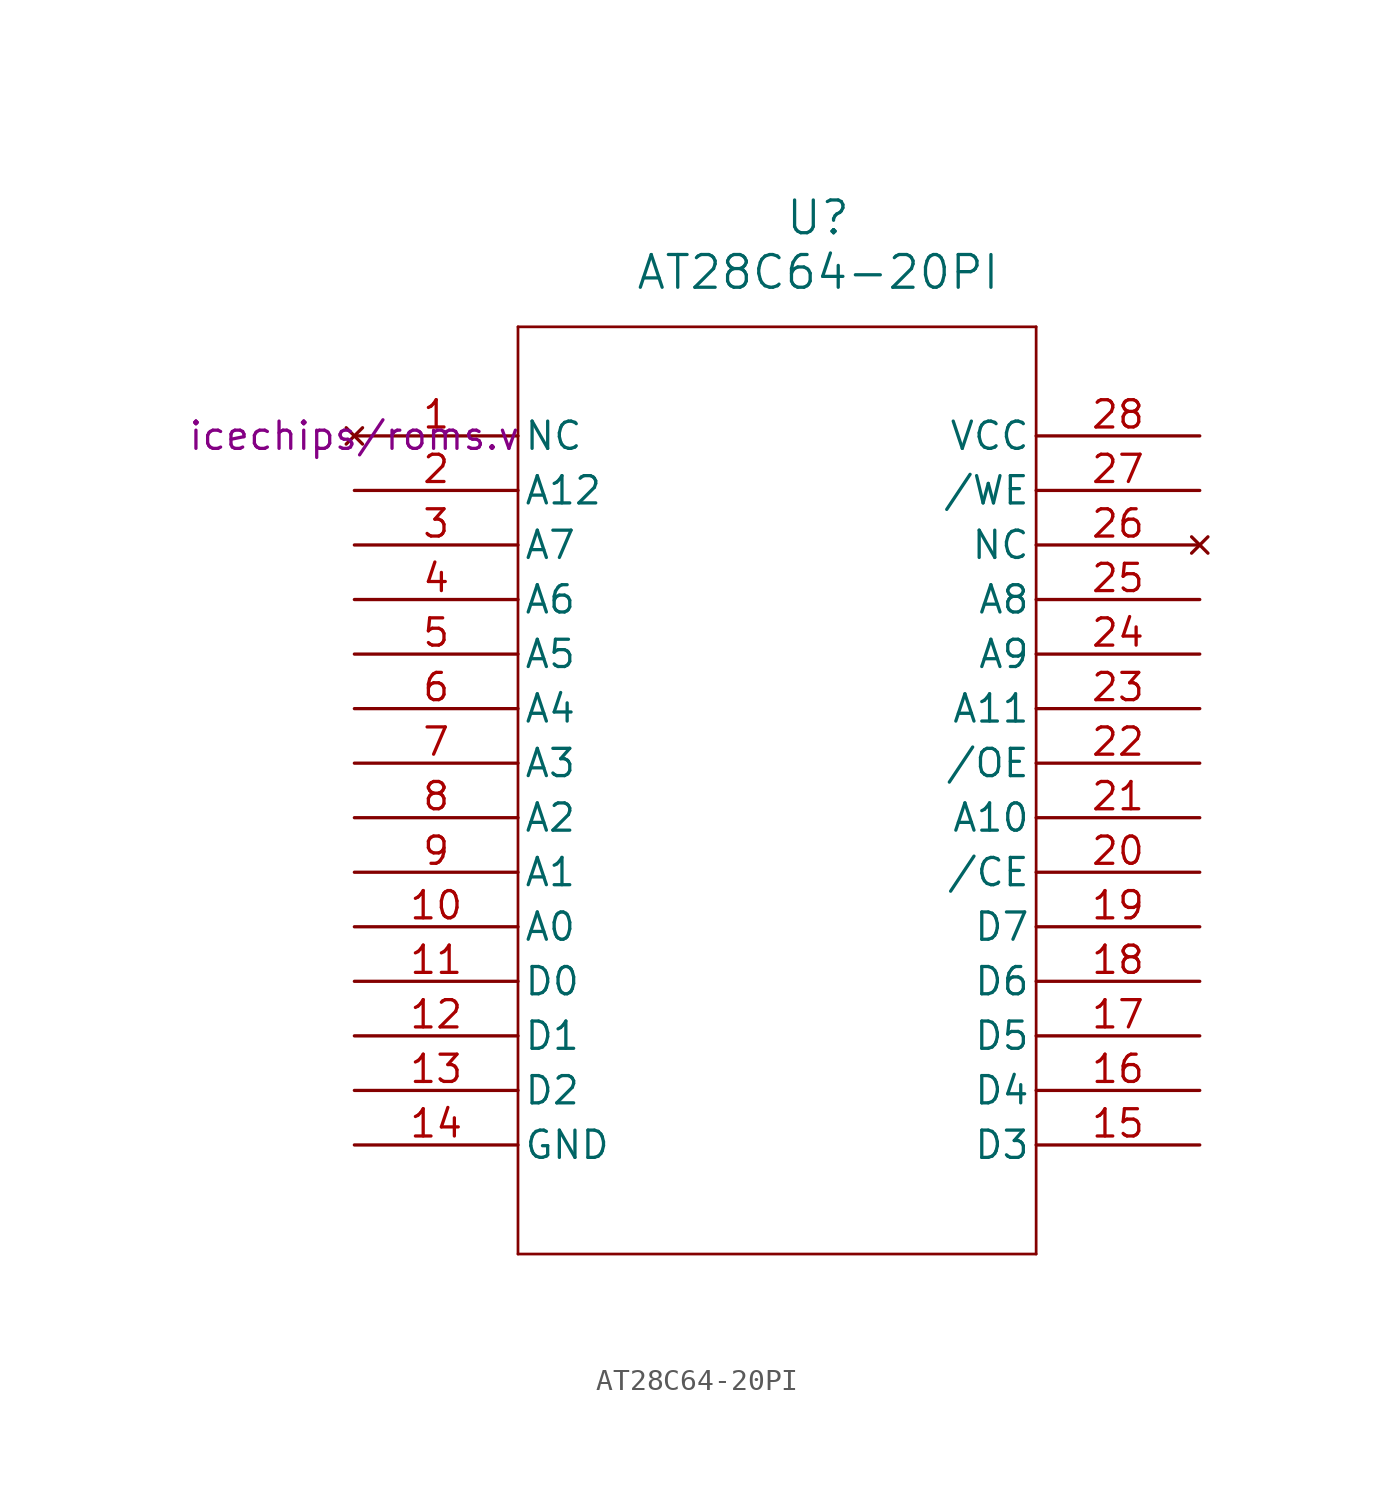
<source format=kicad_sym>
(kicad_symbol_lib
  (version 20211014)
  (generator kicad_symbol_editor)
  (symbol "AT28C64-20PI"
    (pin_names
      (offset 0.254))
    (property "Reference" "U"
      (at 21.59 10.16 0)
      (effects (font (size 1.524 1.524))))
    (property "Value" "AT28C64-20PI"
      (at 21.59 7.62 0)
      (effects (font (size 1.524 1.524))))
    (property "VerilogInclude" "icechips/roms.v"
      (at 0 0 0)
      (effects (font (size 1.27 1.27))))
    (symbol "AT28C64-20PI_0_1"
      (polyline (pts (xy 7.62 -38.1) (xy 31.75 -38.1)) (stroke (width 0.127) (type default) (color 0 0 0 0)) (fill (type none)))
      (polyline (pts (xy 7.62 5.08) (xy 7.62 -38.1)) (stroke (width 0.127) (type default) (color 0 0 0 0)) (fill (type none)))
      (polyline (pts (xy 31.75 -38.1) (xy 31.75 5.08)) (stroke (width 0.127) (type default) (color 0 0 0 0)) (fill (type none)))
      (polyline (pts (xy 31.75 5.08) (xy 7.62 5.08)) (stroke (width 0.127) (type default) (color 0 0 0 0)) (fill (type none)))
      (pin no_connect line (at 0 0 0) (length 7.62) (name "NC" (effects (font (size 1.27 1.27)))) (number "1" (effects (font (size 1.27 1.27)))))
      (pin bidirectional line (at 0 -22.86 0) (length 7.62) (name "A0" (effects (font (size 1.27 1.27)))) (number "10" (effects (font (size 1.27 1.27)))))
      (pin bidirectional line (at 0 -25.4 0) (length 7.62) (name "D0" (effects (font (size 1.27 1.27)))) (number "11" (effects (font (size 1.27 1.27)))))
      (pin bidirectional line (at 0 -27.94 0) (length 7.62) (name "D1" (effects (font (size 1.27 1.27)))) (number "12" (effects (font (size 1.27 1.27)))))
      (pin bidirectional line (at 0 -30.48 0) (length 7.62) (name "D2" (effects (font (size 1.27 1.27)))) (number "13" (effects (font (size 1.27 1.27)))))
      (pin power_out line (at 0 -33.02 0) (length 7.62) (name "GND" (effects (font (size 1.27 1.27)))) (number "14" (effects (font (size 1.27 1.27)))))
      (pin bidirectional line (at 39.37 -33.02 180) (length 7.62) (name "D3" (effects (font (size 1.27 1.27)))) (number "15" (effects (font (size 1.27 1.27)))))
      (pin bidirectional line (at 39.37 -30.48 180) (length 7.62) (name "D4" (effects (font (size 1.27 1.27)))) (number "16" (effects (font (size 1.27 1.27)))))
      (pin bidirectional line (at 39.37 -27.94 180) (length 7.62) (name "D5" (effects (font (size 1.27 1.27)))) (number "17" (effects (font (size 1.27 1.27)))))
      (pin bidirectional line (at 39.37 -25.4 180) (length 7.62) (name "D6" (effects (font (size 1.27 1.27)))) (number "18" (effects (font (size 1.27 1.27)))))
      (pin bidirectional line (at 39.37 -22.86 180) (length 7.62) (name "D7" (effects (font (size 1.27 1.27)))) (number "19" (effects (font (size 1.27 1.27)))))
      (pin bidirectional line (at 0 -2.54 0) (length 7.62) (name "A12" (effects (font (size 1.27 1.27)))) (number "2" (effects (font (size 1.27 1.27)))))
      (pin bidirectional line (at 39.37 -20.32 180) (length 7.62) (name "/CE" (effects (font (size 1.27 1.27)))) (number "20" (effects (font (size 1.27 1.27)))))
      (pin bidirectional line (at 39.37 -17.78 180) (length 7.62) (name "A10" (effects (font (size 1.27 1.27)))) (number "21" (effects (font (size 1.27 1.27)))))
      (pin bidirectional line (at 39.37 -15.24 180) (length 7.62) (name "/OE" (effects (font (size 1.27 1.27)))) (number "22" (effects (font (size 1.27 1.27)))))
      (pin bidirectional line (at 39.37 -12.7 180) (length 7.62) (name "A11" (effects (font (size 1.27 1.27)))) (number "23" (effects (font (size 1.27 1.27)))))
      (pin bidirectional line (at 39.37 -10.16 180) (length 7.62) (name "A9" (effects (font (size 1.27 1.27)))) (number "24" (effects (font (size 1.27 1.27)))))
      (pin bidirectional line (at 39.37 -7.62 180) (length 7.62) (name "A8" (effects (font (size 1.27 1.27)))) (number "25" (effects (font (size 1.27 1.27)))))
      (pin no_connect line (at 39.37 -5.08 180) (length 7.62) (name "NC" (effects (font (size 1.27 1.27)))) (number "26" (effects (font (size 1.27 1.27)))))
      (pin bidirectional line (at 39.37 -2.54 180) (length 7.62) (name "/WE" (effects (font (size 1.27 1.27)))) (number "27" (effects (font (size 1.27 1.27)))))
      (pin power_in line (at 39.37 0 180) (length 7.62) (name "VCC" (effects (font (size 1.27 1.27)))) (number "28" (effects (font (size 1.27 1.27)))))
      (pin bidirectional line (at 0 -5.08 0) (length 7.62) (name "A7" (effects (font (size 1.27 1.27)))) (number "3" (effects (font (size 1.27 1.27)))))
      (pin bidirectional line (at 0 -7.62 0) (length 7.62) (name "A6" (effects (font (size 1.27 1.27)))) (number "4" (effects (font (size 1.27 1.27)))))
      (pin bidirectional line (at 0 -10.16 0) (length 7.62) (name "A5" (effects (font (size 1.27 1.27)))) (number "5" (effects (font (size 1.27 1.27)))))
      (pin bidirectional line (at 0 -12.7 0) (length 7.62) (name "A4" (effects (font (size 1.27 1.27)))) (number "6" (effects (font (size 1.27 1.27)))))
      (pin bidirectional line (at 0 -15.24 0) (length 7.62) (name "A3" (effects (font (size 1.27 1.27)))) (number "7" (effects (font (size 1.27 1.27)))))
      (pin bidirectional line (at 0 -17.78 0) (length 7.62) (name "A2" (effects (font (size 1.27 1.27)))) (number "8" (effects (font (size 1.27 1.27)))))
      (pin bidirectional line (at 0 -20.32 0) (length 7.62) (name "A1" (effects (font (size 1.27 1.27)))) (number "9" (effects (font (size 1.27 1.27))))))))
</source>
